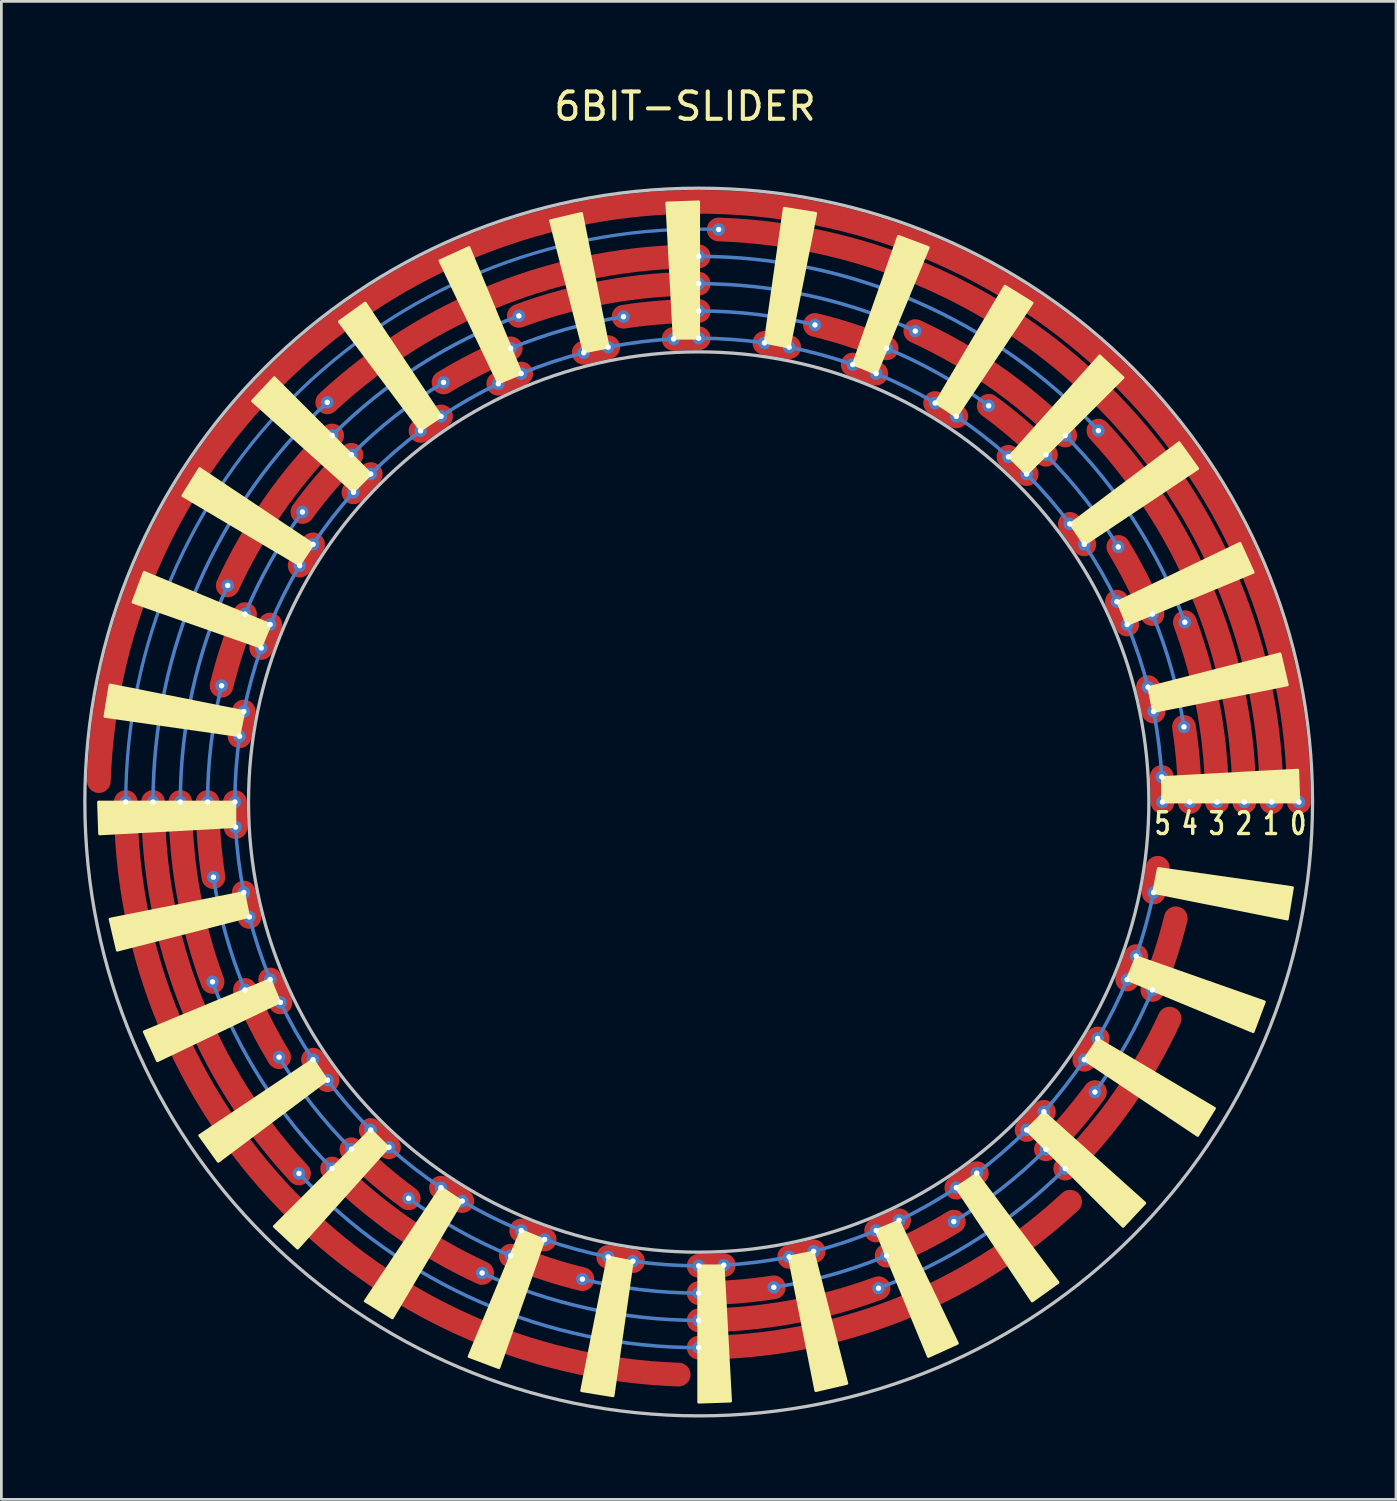
<source format=kicad_pcb>
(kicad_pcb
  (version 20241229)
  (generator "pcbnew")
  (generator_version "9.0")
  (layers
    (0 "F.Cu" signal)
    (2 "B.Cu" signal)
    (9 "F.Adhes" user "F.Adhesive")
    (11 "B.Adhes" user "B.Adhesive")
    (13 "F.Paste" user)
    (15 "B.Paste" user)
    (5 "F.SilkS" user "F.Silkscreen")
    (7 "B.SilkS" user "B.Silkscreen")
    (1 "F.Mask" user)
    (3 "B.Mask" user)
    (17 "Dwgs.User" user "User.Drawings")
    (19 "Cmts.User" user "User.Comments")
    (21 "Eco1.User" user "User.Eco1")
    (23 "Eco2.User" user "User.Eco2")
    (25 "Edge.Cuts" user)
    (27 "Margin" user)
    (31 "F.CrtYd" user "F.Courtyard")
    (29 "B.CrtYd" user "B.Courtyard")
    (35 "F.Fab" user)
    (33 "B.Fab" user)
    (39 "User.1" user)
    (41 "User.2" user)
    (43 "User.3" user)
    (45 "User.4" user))
  (footprint "6BIT-SLIDER"
    (layer "F.Cu")
    (at 22.56 26.348)
    (property "Reference" "6BIT-SLIDER" (at -0.5 -25.5 0) (layer "F.SilkS") (effects (font (size 1 1) (thickness 0.15))))
    (attr exclude_from_pos_files exclude_from_bom)
    (fp_arc (start -21.986598 -0.767789) (mid 0.383953 -21.996649) (end 22 0) (stroke (width 0.87) (type solid)) (layer "F.Cu"))
    (fp_arc (start -17.81989 6.591777) (mid -18.702646 3.34829) (end -19 0) (stroke (width 0.87) (type solid)) (layer "F.Cu"))
    (fp_arc (start -17.788111 2.753745) (mid -17.94695 1.380942) (end -18 0) (stroke (width 0.87) (type solid)) (layer "F.Cu"))
    (fp_arc (start -17.487885 -4.263087) (mid -17.109284 -5.592176) (end -16.629832 -6.888302) (stroke (width 0.87) (type solid)) (layer "F.Cu"))
    (fp_arc (start -17.261656 -7.939474) (mid -15.592367 -10.857169) (end -13.435029 -13.435029) (stroke (width 0.87) (type solid)) (layer "F.Cu"))
    (fp_arc (start -16.975123 0.91934) (mid -16.993779 0.459838) (end -17 0) (stroke (width 0.87) (type solid)) (layer "F.Cu"))
    (fp_arc (start -16.828306 -2.410007) (mid -16.75696 -2.864319) (end -16.67335 -3.316535) (stroke (width 0.87) (type solid)) (layer "F.Cu"))
    (fp_arc (start -16.469597 4.213357) (mid -16.577539 3.766324) (end -16.67335 3.316535) (stroke (width 0.87) (type solid)) (layer "F.Cu"))
    (fp_arc (start -16.034785 -5.646739) (mid -15.876178 -6.078403) (end -15.705952 -6.505618) (stroke (width 0.87) (type solid)) (layer "F.Cu"))
    (fp_arc (start -15.380259 9.351344) (mid -16.052356 8.143825) (end -16.629832 6.888302) (stroke (width 0.87) (type solid)) (layer "F.Cu"))
    (fp_arc (start -15.331153 7.345457) (mid -15.524233 6.928072) (end -15.705952 6.505618) (stroke (width 0.87) (type solid)) (layer "F.Cu"))
    (fp_arc (start -14.650858 13.614417) (mid -18.614741 7.313783) (end -20 0) (stroke (width 0.87) (type solid)) (layer "F.Cu"))
    (fp_arc (start -14.625057 -8.66647) (mid -14.385284 -9.058897) (end -14.134983 -9.444694) (stroke (width 0.87) (type solid)) (layer "F.Cu"))
    (fp_arc (start -14.525286 -10.630902) (mid -13.666884 -11.713936) (end -12.727922 -12.727922) (stroke (width 0.87) (type solid)) (layer "F.Cu"))
    (fp_arc (start -13.614417 -14.650858) (mid -7.313783 -18.614741) (end 0 -20) (stroke (width 0.87) (type solid)) (layer "F.Cu"))
    (fp_arc (start -13.603541 10.195276) (mid -13.874339 9.823579) (end -14.134983 9.444694) (stroke (width 0.87) (type solid)) (layer "F.Cu"))
    (fp_arc (start -12.653296 -11.353153) (mid -12.341571 -11.691262) (end -12.020815 -12.020815) (stroke (width 0.87) (type solid)) (layer "F.Cu"))
    (fp_arc (start -11.353153 12.653296) (mid -11.691262 12.341571) (end -12.020815 12.020815) (stroke (width 0.87) (type solid)) (layer "F.Cu"))
    (fp_arc (start -10.630902 14.525286) (mid -11.713936 13.666884) (end -12.727922 12.727922) (stroke (width 0.87) (type solid)) (layer "F.Cu"))
    (fp_arc (start -10.195276 -13.603541) (mid -9.823579 -13.874339) (end -9.444694 -14.134983) (stroke (width 0.87) (type solid)) (layer "F.Cu"))
    (fp_arc (start -9.351344 -15.380259) (mid -8.143825 -16.052356) (end -6.888302 -16.629832) (stroke (width 0.87) (type solid)) (layer "F.Cu"))
    (fp_arc (start -8.66647 14.625057) (mid -9.058897 14.385284) (end -9.444694 14.134983) (stroke (width 0.87) (type solid)) (layer "F.Cu"))
    (fp_arc (start -7.939474 17.261656) (mid -10.857169 15.592367) (end -13.435029 13.435029) (stroke (width 0.87) (type solid)) (layer "F.Cu"))
    (fp_arc (start -7.345457 -15.331153) (mid -6.928072 -15.524233) (end -6.505618 -15.705952) (stroke (width 0.87) (type solid)) (layer "F.Cu"))
    (fp_arc (start -6.591777 -17.81989) (mid -3.34829 -18.702646) (end 0 -19) (stroke (width 0.87) (type solid)) (layer "F.Cu"))
    (fp_arc (start -5.646739 16.034785) (mid -6.078403 15.876178) (end -6.505618 15.705952) (stroke (width 0.87) (type solid)) (layer "F.Cu"))
    (fp_arc (start -4.263087 17.487885) (mid -5.592176 17.109284) (end -6.888302 16.629832) (stroke (width 0.87) (type solid)) (layer "F.Cu"))
    (fp_arc (start -4.213357 -16.469597) (mid -3.766324 -16.577539) (end -3.316535 -16.67335) (stroke (width 0.87) (type solid)) (layer "F.Cu"))
    (fp_arc (start -2.753745 -17.788111) (mid -1.380942 -17.94695) (end 0 -18) (stroke (width 0.87) (type solid)) (layer "F.Cu"))
    (fp_arc (start -2.410007 16.828306) (mid -2.864319 16.75696) (end -3.316535 16.67335) (stroke (width 0.87) (type solid)) (layer "F.Cu"))
    (fp_arc (start -0.91934 -16.975123) (mid -0.459838 -16.993779) (end 0 -17) (stroke (width 0.87) (type solid)) (layer "F.Cu"))
    (fp_arc (start -0.732889 20.987207) (mid -15.106135 14.587826) (end -21 0) (stroke (width 0.87) (type solid)) (layer "F.Cu"))
    (fp_arc (start 0.732889 -20.987207) (mid 15.106135 -14.587826) (end 21 0) (stroke (width 0.87) (type solid)) (layer "F.Cu"))
    (fp_arc (start 0.91934 16.975123) (mid 0.459838 16.993779) (end 0 17) (stroke (width 0.87) (type solid)) (layer "F.Cu"))
    (fp_arc (start 2.410007 -16.828306) (mid 2.864319 -16.75696) (end 3.316535 -16.67335) (stroke (width 0.87) (type solid)) (layer "F.Cu"))
    (fp_arc (start 2.753745 17.788111) (mid 1.380942 17.94695) (end 0 18) (stroke (width 0.87) (type solid)) (layer "F.Cu"))
    (fp_arc (start 4.213357 16.469597) (mid 3.766324 16.577539) (end 3.316535 16.67335) (stroke (width 0.87) (type solid)) (layer "F.Cu"))
    (fp_arc (start 4.263087 -17.487885) (mid 5.592176 -17.109284) (end 6.888302 -16.629832) (stroke (width 0.87) (type solid)) (layer "F.Cu"))
    (fp_arc (start 5.646739 -16.034785) (mid 6.078403 -15.876178) (end 6.505618 -15.705952) (stroke (width 0.87) (type solid)) (layer "F.Cu"))
    (fp_arc (start 6.591777 17.81989) (mid 3.34829 18.702646) (end 0 19) (stroke (width 0.87) (type solid)) (layer "F.Cu"))
    (fp_arc (start 7.345457 15.331153) (mid 6.928072 15.524233) (end 6.505618 15.705952) (stroke (width 0.87) (type solid)) (layer "F.Cu"))
    (fp_arc (start 7.939474 -17.261656) (mid 10.857169 -15.592367) (end 13.435029 -13.435029) (stroke (width 0.87) (type solid)) (layer "F.Cu"))
    (fp_arc (start 8.66647 -14.625057) (mid 9.058897 -14.385284) (end 9.444694 -14.134983) (stroke (width 0.87) (type solid)) (layer "F.Cu"))
    (fp_arc (start 9.351344 15.380259) (mid 8.143825 16.052356) (end 6.888302 16.629832) (stroke (width 0.87) (type solid)) (layer "F.Cu"))
    (fp_arc (start 10.195276 13.603541) (mid 9.823579 13.874339) (end 9.444694 14.134983) (stroke (width 0.87) (type solid)) (layer "F.Cu"))
    (fp_arc (start 10.630902 -14.525286) (mid 11.713936 -13.666884) (end 12.727922 -12.727922) (stroke (width 0.87) (type solid)) (layer "F.Cu"))
    (fp_arc (start 11.353153 -12.653296) (mid 11.691262 -12.341571) (end 12.020815 -12.020815) (stroke (width 0.87) (type solid)) (layer "F.Cu"))
    (fp_arc (start 12.653296 11.353153) (mid 12.341571 11.691262) (end 12.020815 12.020815) (stroke (width 0.87) (type solid)) (layer "F.Cu"))
    (fp_arc (start 13.603541 -10.195276) (mid 13.874339 -9.823579) (end 14.134983 -9.444694) (stroke (width 0.87) (type solid)) (layer "F.Cu"))
    (fp_arc (start 13.614417 14.650858) (mid 7.313783 18.614741) (end 0 20) (stroke (width 0.87) (type solid)) (layer "F.Cu"))
    (fp_arc (start 14.525286 10.630902) (mid 13.666884 11.713936) (end 12.727922 12.727922) (stroke (width 0.87) (type solid)) (layer "F.Cu"))
    (fp_arc (start 14.625057 8.66647) (mid 14.385284 9.058897) (end 14.134983 9.444694) (stroke (width 0.87) (type solid)) (layer "F.Cu"))
    (fp_arc (start 14.650858 -13.614417) (mid 18.614741 -7.313783) (end 20 0) (stroke (width 0.87) (type solid)) (layer "F.Cu"))
    (fp_arc (start 15.331153 -7.345457) (mid 15.524233 -6.928072) (end 15.705952 -6.505618) (stroke (width 0.87) (type solid)) (layer "F.Cu"))
    (fp_arc (start 15.380259 -9.351344) (mid 16.052356 -8.143825) (end 16.629832 -6.888302) (stroke (width 0.87) (type solid)) (layer "F.Cu"))
    (fp_arc (start 16.034785 5.646739) (mid 15.876178 6.078403) (end 15.705952 6.505618) (stroke (width 0.87) (type solid)) (layer "F.Cu"))
    (fp_arc (start 16.469597 -4.213357) (mid 16.577539 -3.766324) (end 16.67335 -3.316535) (stroke (width 0.87) (type solid)) (layer "F.Cu"))
    (fp_arc (start 16.828306 2.410007) (mid 16.75696 2.864319) (end 16.67335 3.316535) (stroke (width 0.87) (type solid)) (layer "F.Cu"))
    (fp_arc (start 16.975123 -0.91934) (mid 16.993779 -0.459838) (end 17 0) (stroke (width 0.87) (type solid)) (layer "F.Cu"))
    (fp_arc (start 17.261656 7.939474) (mid 15.592367 10.857169) (end 13.435029 13.435029) (stroke (width 0.87) (type solid)) (layer "F.Cu"))
    (fp_arc (start 17.487885 4.263087) (mid 17.109284 5.592176) (end 16.629832 6.888302) (stroke (width 0.87) (type solid)) (layer "F.Cu"))
    (fp_arc (start 17.788111 -2.753745) (mid 17.94695 -1.380942) (end 18 0) (stroke (width 0.87) (type solid)) (layer "F.Cu"))
    (fp_arc (start 17.81989 -6.591777) (mid 18.702646 -3.34829) (end 19 0) (stroke (width 0.87) (type solid)) (layer "F.Cu"))
    (fp_arc (start -21 0) (mid -14.587826 -15.106136) (end 0.732889 -20.987207) (stroke (width 0.12) (type solid)) (layer "B.Cu"))
    (fp_arc (start -20 0) (mid -18.334235 -7.990984) (end -13.614417 -14.650858) (stroke (width 0.13) (type solid)) (layer "B.Cu"))
    (fp_arc (start -19 -0.000001) (mid -18.560326 -4.063777) (end -17.261655 -7.939475) (stroke (width 0.13) (type solid)) (layer "B.Cu"))
    (fp_arc (start -18 0) (mid -17.871512 -2.146868) (end -17.487884 -4.263087) (stroke (width 0.13) (type solid)) (layer "B.Cu"))
    (fp_arc (start -16.999993 -0.014835) (mid -16.956493 -1.215456) (end -16.828305 -2.410007) (stroke (width 0.13) (type solid)) (layer "B.Cu"))
    (fp_arc (start -16.676237 3.301984) (mid -16.867802 2.115946) (end -16.975123 0.91934) (stroke (width 0.13) (type solid)) (layer "B.Cu"))
    (fp_arc (start -16.670449 -3.331084) (mid -16.393555 -4.500149) (end -16.034785 -5.646739) (stroke (width 0.13) (type solid)) (layer "B.Cu"))
    (fp_arc (start -16.629832 -6.888302) (mid -15.689554 -8.822579) (end -14.525286 -10.630902) (stroke (width 0.13) (type solid)) (layer "B.Cu"))
    (fp_arc (start -16.629832 6.888302) (mid -17.332696 4.855684) (end -17.788111 2.753745) (stroke (width 0.13) (type solid)) (layer "B.Cu"))
    (fp_arc (start -15.711622 6.491909) (mid -16.130891 5.366033) (end -16.469596 4.213357) (stroke (width 0.13) (type solid)) (layer "B.Cu"))
    (fp_arc (start -15.700269 -6.519322) (mid -15.200622 -7.611905) (end -14.625057 -8.66647) (stroke (width 0.13) (type solid)) (layer "B.Cu"))
    (fp_arc (start -14.14322 9.432356) (mid -14.77408 8.409908) (end -15.331153 7.345458) (stroke (width 0.13) (type solid)) (layer "B.Cu"))
    (fp_arc (start -14.126736 -9.457025) (mid -13.423537 -10.431138) (end -12.653296 -11.353153) (stroke (width 0.13) (type solid)) (layer "B.Cu"))
    (fp_arc (start -13.435029 -13.435029) (mid -10.250609 -15.997657) (end -6.591777 -17.81989) (stroke (width 0.13) (type solid)) (layer "B.Cu"))
    (fp_arc (start -13.435029 13.435029) (mid -15.997657 10.250609) (end -17.81989 6.591777) (stroke (width 0.13) (type solid)) (layer "B.Cu"))
    (fp_arc (start -12.727922 -12.727922) (mid -11.119003 -14.155133) (end -9.351344 -15.380259) (stroke (width 0.13) (type solid)) (layer "B.Cu"))
    (fp_arc (start -12.727922 12.727922) (mid -14.155133 11.119003) (end -15.380259 9.351344) (stroke (width 0.13) (type solid)) (layer "B.Cu"))
    (fp_arc (start -12.0313 12.01032) (mid -12.849508 11.130593) (end -13.603541 10.195276) (stroke (width 0.13) (type solid)) (layer "B.Cu"))
    (fp_arc (start -12.01032 -12.0313) (mid -11.130593 -12.849508) (end -10.195276 -13.603541) (stroke (width 0.13) (type solid)) (layer "B.Cu"))
    (fp_arc (start -9.457025 14.126736) (mid -10.431138 13.423537) (end -11.353153 12.653296) (stroke (width 0.13) (type solid)) (layer "B.Cu"))
    (fp_arc (start -9.432356 -14.14322) (mid -8.409908 -14.77408) (end -7.345458 -15.331153) (stroke (width 0.13) (type solid)) (layer "B.Cu"))
    (fp_arc (start -6.888302 -16.629832) (mid -4.855684 -17.332696) (end -2.753745 -17.788111) (stroke (width 0.13) (type solid)) (layer "B.Cu"))
    (fp_arc (start -6.888302 16.629832) (mid -8.822579 15.689554) (end -10.630902 14.525286) (stroke (width 0.13) (type solid)) (layer "B.Cu"))
    (fp_arc (start -6.519322 15.700269) (mid -7.611905 15.200622) (end -8.66647 14.625057) (stroke (width 0.13) (type solid)) (layer "B.Cu"))
    (fp_arc (start -6.491909 -15.711622) (mid -5.366033 -16.130891) (end -4.213357 -16.469596) (stroke (width 0.13) (type solid)) (layer "B.Cu"))
    (fp_arc (start -3.331084 16.670449) (mid -4.500149 16.393555) (end -5.646739 16.034785) (stroke (width 0.13) (type solid)) (layer "B.Cu"))
    (fp_arc (start -3.301984 -16.676237) (mid -2.115946 -16.867802) (end -0.91934 -16.975123) (stroke (width 0.13) (type solid)) (layer "B.Cu"))
    (fp_arc (start -0.014835 16.999993) (mid -1.215456 16.956493) (end -2.410007 16.828305) (stroke (width 0.13) (type solid)) (layer "B.Cu"))
    (fp_arc (start -0.000001 19) (mid -4.063777 18.560326) (end -7.939475 17.261655) (stroke (width 0.13) (type solid)) (layer "B.Cu"))
    (fp_arc (start 0 -20) (mid 7.990984 -18.334235) (end 14.650858 -13.614417) (stroke (width 0.13) (type solid)) (layer "B.Cu"))
    (fp_arc (start 0 -18) (mid 2.146868 -17.871512) (end 4.263087 -17.487884) (stroke (width 0.13) (type solid)) (layer "B.Cu"))
    (fp_arc (start 0 18) (mid -2.146868 17.871512) (end -4.263087 17.487884) (stroke (width 0.13) (type solid)) (layer "B.Cu"))
    (fp_arc (start 0 20) (mid -7.990984 18.334235) (end -14.650858 13.614417) (stroke (width 0.13) (type solid)) (layer "B.Cu"))
    (fp_arc (start 0.000001 -19) (mid 4.063777 -18.560326) (end 7.939475 -17.261655) (stroke (width 0.13) (type solid)) (layer "B.Cu"))
    (fp_arc (start 0.014835 -16.999993) (mid 1.215456 -16.956493) (end 2.410007 -16.828305) (stroke (width 0.13) (type solid)) (layer "B.Cu"))
    (fp_arc (start 3.301984 16.676237) (mid 2.115946 16.867802) (end 0.91934 16.975123) (stroke (width 0.13) (type solid)) (layer "B.Cu"))
    (fp_arc (start 3.331084 -16.670449) (mid 4.500149 -16.393555) (end 5.646739 -16.034785) (stroke (width 0.13) (type solid)) (layer "B.Cu"))
    (fp_arc (start 6.491909 15.711622) (mid 5.366033 16.130891) (end 4.213357 16.469596) (stroke (width 0.13) (type solid)) (layer "B.Cu"))
    (fp_arc (start 6.519322 -15.700269) (mid 7.611905 -15.200622) (end 8.66647 -14.625057) (stroke (width 0.13) (type solid)) (layer "B.Cu"))
    (fp_arc (start 6.888302 -16.629832) (mid 8.822579 -15.689554) (end 10.630902 -14.525286) (stroke (width 0.13) (type solid)) (layer "B.Cu"))
    (fp_arc (start 6.888302 16.629832) (mid 4.855684 17.332696) (end 2.753745 17.788111) (stroke (width 0.13) (type solid)) (layer "B.Cu"))
    (fp_arc (start 9.432356 14.14322) (mid 8.409908 14.77408) (end 7.345458 15.331153) (stroke (width 0.13) (type solid)) (layer "B.Cu"))
    (fp_arc (start 9.457025 -14.126736) (mid 10.431138 -13.423537) (end 11.353153 -12.653296) (stroke (width 0.13) (type solid)) (layer "B.Cu"))
    (fp_arc (start 12.01032 12.0313) (mid 11.130593 12.849508) (end 10.195276 13.603541) (stroke (width 0.13) (type solid)) (layer "B.Cu"))
    (fp_arc (start 12.0313 -12.01032) (mid 12.849508 -11.130593) (end 13.603541 -10.195276) (stroke (width 0.13) (type solid)) (layer "B.Cu"))
    (fp_arc (start 12.727922 -12.727922) (mid 14.155133 -11.119003) (end 15.380259 -9.351344) (stroke (width 0.13) (type solid)) (layer "B.Cu"))
    (fp_arc (start 12.727922 12.727922) (mid 11.119003 14.155133) (end 9.351344 15.380259) (stroke (width 0.13) (type solid)) (layer "B.Cu"))
    (fp_arc (start 13.435029 -13.435029) (mid 15.997657 -10.250609) (end 17.81989 -6.591777) (stroke (width 0.13) (type solid)) (layer "B.Cu"))
    (fp_arc (start 13.435029 13.435029) (mid 10.250609 15.997657) (end 6.591777 17.81989) (stroke (width 0.13) (type solid)) (layer "B.Cu"))
    (fp_arc (start 14.126736 9.457025) (mid 13.423537 10.431138) (end 12.653296 11.353153) (stroke (width 0.13) (type solid)) (layer "B.Cu"))
    (fp_arc (start 14.14322 -9.432356) (mid 14.77408 -8.409908) (end 15.331153 -7.345458) (stroke (width 0.13) (type solid)) (layer "B.Cu"))
    (fp_arc (start 15.700269 6.519322) (mid 15.200622 7.611905) (end 14.625057 8.66647) (stroke (width 0.13) (type solid)) (layer "B.Cu"))
    (fp_arc (start 15.711622 -6.491909) (mid 16.130891 -5.366033) (end 16.469596 -4.213357) (stroke (width 0.13) (type solid)) (layer "B.Cu"))
    (fp_arc (start 16.629832 -6.888302) (mid 17.332696 -4.855684) (end 17.788111 -2.753745) (stroke (width 0.13) (type solid)) (layer "B.Cu"))
    (fp_arc (start 16.629832 6.888302) (mid 15.689554 8.822579) (end 14.525286 10.630902) (stroke (width 0.13) (type solid)) (layer "B.Cu"))
    (fp_arc (start 16.670449 3.331084) (mid 16.393555 4.500149) (end 16.034785 5.646739) (stroke (width 0.13) (type solid)) (layer "B.Cu"))
    (fp_arc (start 16.676237 -3.301984) (mid 16.867802 -2.115946) (end 16.975123 -0.91934) (stroke (width 0.13) (type solid)) (layer "B.Cu"))
    (fp_poly (pts (xy -22 0) (xy -17 0) (xy -17 0.9) (xy -21.96 1.17)) (stroke (width 0.1) (type solid)) (fill yes) (layer "F.SilkS"))
    (fp_poly (pts (xy -21.577 -4.292) (xy -16.673 -3.317) (xy -16.849 -2.434) (xy -21.766 -3.137)) (stroke (width 0.1) (type solid)) (fill yes) (layer "F.SilkS"))
    (fp_poly (pts (xy -21.577 4.292) (xy -16.673 3.317) (xy -16.498 4.199) (xy -21.31 5.432)) (stroke (width 0.1) (type solid)) (fill yes) (layer "F.SilkS"))
    (fp_poly (pts (xy -20.325 -8.419) (xy -15.706 -6.506) (xy -16.05 -5.674) (xy -20.736 -7.323)) (stroke (width 0.1) (type solid)) (fill yes) (layer "F.SilkS"))
    (fp_poly (pts (xy -20.325 8.419) (xy -15.706 6.506) (xy -15.362 7.337) (xy -19.841 9.485)) (stroke (width 0.1) (type solid)) (fill yes) (layer "F.SilkS"))
    (fp_poly (pts (xy -18.292 -12.223) (xy -14.135 -9.445) (xy -14.635 -8.696) (xy -18.909 -11.228)) (stroke (width 0.1) (type solid)) (fill yes) (layer "F.SilkS"))
    (fp_poly (pts (xy -18.292 12.223) (xy -14.135 9.445) (xy -13.635 10.193) (xy -17.609 13.173)) (stroke (width 0.1) (type solid)) (fill yes) (layer "F.SilkS"))
    (fp_poly (pts (xy -15.556 -15.556) (xy -12.021 -12.021) (xy -12.657 -11.384) (xy -16.355 -14.701)) (stroke (width 0.1) (type solid)) (fill yes) (layer "F.SilkS"))
    (fp_poly (pts (xy -15.556 15.556) (xy -12.021 12.021) (xy -11.384 12.657) (xy -14.701 16.355)) (stroke (width 0.1) (type solid)) (fill yes) (layer "F.SilkS"))
    (fp_poly (pts (xy -12.223 -18.292) (xy -9.445 -14.135) (xy -10.193 -13.635) (xy -13.173 -17.609)) (stroke (width 0.1) (type solid)) (fill yes) (layer "F.SilkS"))
    (fp_poly (pts (xy -12.223 18.292) (xy -9.445 14.135) (xy -8.696 14.635) (xy -11.228 18.909)) (stroke (width 0.1) (type solid)) (fill yes) (layer "F.SilkS"))
    (fp_poly (pts (xy -8.419 -20.325) (xy -6.506 -15.706) (xy -7.337 -15.362) (xy -9.485 -19.841)) (stroke (width 0.1) (type solid)) (fill yes) (layer "F.SilkS"))
    (fp_poly (pts (xy -8.419 20.325) (xy -6.506 15.706) (xy -5.674 16.05) (xy -7.323 20.736)) (stroke (width 0.1) (type solid)) (fill yes) (layer "F.SilkS"))
    (fp_poly (pts (xy -4.292 -21.577) (xy -3.317 -16.673) (xy -4.199 -16.498) (xy -5.432 -21.31)) (stroke (width 0.1) (type solid)) (fill yes) (layer "F.SilkS"))
    (fp_poly (pts (xy -4.292 21.577) (xy -3.317 16.673) (xy -2.434 16.849) (xy -3.137 21.766)) (stroke (width 0.1) (type solid)) (fill yes) (layer "F.SilkS"))
    (fp_poly (pts (xy 0 -22) (xy 0 -17) (xy -0.9 -17) (xy -1.17 -21.96)) (stroke (width 0.1) (type solid)) (fill yes) (layer "F.SilkS"))
    (fp_poly (pts (xy 0 22) (xy 0 17) (xy 0.9 17) (xy 1.17 21.96)) (stroke (width 0.1) (type solid)) (fill yes) (layer "F.SilkS"))
    (fp_poly (pts (xy 4.292 -21.577) (xy 3.317 -16.673) (xy 2.434 -16.849) (xy 3.137 -21.766)) (stroke (width 0.1) (type solid)) (fill yes) (layer "F.SilkS"))
    (fp_poly (pts (xy 4.292 21.577) (xy 3.317 16.673) (xy 4.199 16.498) (xy 5.432 21.31)) (stroke (width 0.1) (type solid)) (fill yes) (layer "F.SilkS"))
    (fp_poly (pts (xy 8.419 -20.325) (xy 6.506 -15.706) (xy 5.674 -16.05) (xy 7.323 -20.736)) (stroke (width 0.1) (type solid)) (fill yes) (layer "F.SilkS"))
    (fp_poly (pts (xy 8.419 20.325) (xy 6.506 15.706) (xy 7.337 15.362) (xy 9.485 19.841)) (stroke (width 0.1) (type solid)) (fill yes) (layer "F.SilkS"))
    (fp_poly (pts (xy 12.223 -18.292) (xy 9.445 -14.135) (xy 8.696 -14.635) (xy 11.228 -18.909)) (stroke (width 0.1) (type solid)) (fill yes) (layer "F.SilkS"))
    (fp_poly (pts (xy 12.223 18.292) (xy 9.445 14.135) (xy 10.193 13.635) (xy 13.173 17.609)) (stroke (width 0.1) (type solid)) (fill yes) (layer "F.SilkS"))
    (fp_poly (pts (xy 15.556 -15.556) (xy 12.021 -12.021) (xy 11.384 -12.657) (xy 14.701 -16.355)) (stroke (width 0.1) (type solid)) (fill yes) (layer "F.SilkS"))
    (fp_poly (pts (xy 15.556 15.556) (xy 12.021 12.021) (xy 12.657 11.384) (xy 16.355 14.701)) (stroke (width 0.1) (type solid)) (fill yes) (layer "F.SilkS"))
    (fp_poly (pts (xy 18.292 -12.223) (xy 14.135 -9.445) (xy 13.635 -10.193) (xy 17.609 -13.173)) (stroke (width 0.1) (type solid)) (fill yes) (layer "F.SilkS"))
    (fp_poly (pts (xy 18.292 12.223) (xy 14.135 9.445) (xy 14.635 8.696) (xy 18.909 11.228)) (stroke (width 0.1) (type solid)) (fill yes) (layer "F.SilkS"))
    (fp_poly (pts (xy 20.325 -8.419) (xy 15.706 -6.506) (xy 15.362 -7.337) (xy 19.841 -9.485)) (stroke (width 0.1) (type solid)) (fill yes) (layer "F.SilkS"))
    (fp_poly (pts (xy 20.325 8.419) (xy 15.706 6.506) (xy 16.05 5.674) (xy 20.736 7.323)) (stroke (width 0.1) (type solid)) (fill yes) (layer "F.SilkS"))
    (fp_poly (pts (xy 21.577 -4.292) (xy 16.673 -3.317) (xy 16.498 -4.199) (xy 21.31 -5.432)) (stroke (width 0.1) (type solid)) (fill yes) (layer "F.SilkS"))
    (fp_poly (pts (xy 21.577 4.292) (xy 16.673 3.317) (xy 16.849 2.434) (xy 21.766 3.137)) (stroke (width 0.1) (type solid)) (fill yes) (layer "F.SilkS"))
    (fp_poly (pts (xy 22 0) (xy 17 0) (xy 17 -0.9) (xy 21.96 -1.17)) (stroke (width 0.1) (type solid)) (fill yes) (layer "F.SilkS"))
    (fp_circle (center 0 0) (end 16.5 0) (stroke (width 0.12) (type solid)) (fill no) (layer "Dwgs.User"))
    (fp_circle (center 0 0) (end 22.5 0) (stroke (width 0.12) (type solid)) (fill no) (layer "Dwgs.User"))
    (fp_text user "5 4 3 2 1 0" (at 19.49 0.79 0) (layer "F.SilkS") (effects (font (size 0.8 0.58) (thickness 0.125))))
    (pad "0" thru_hole circle (at 22 0 180) (size 0.46 0.46) (drill 0.2) (layers "*.Cu" "*.Mask"))
    (pad "1" thru_hole circle (at 21 0 180) (size 0.46 0.46) (drill 0.2) (layers "*.Cu" "*.Mask"))
    (pad "2" thru_hole circle (at 20 0 180) (size 0.46 0.46) (drill 0.2) (layers "*.Cu" "*.Mask"))
    (pad "3" thru_hole circle (at 17.82 -6.592 180) (size 0.46 0.46) (drill 0.2) (layers "*.Cu" "*.Mask"))
    (pad "4" thru_hole circle (at 16.63 -6.888 202.5) (size 0.46 0.46) (drill 0.2) (layers "*.Cu" "*.Mask"))
    (pad "5" thru_hole circle (at 15.706 -6.506 202.5) (size 0.46 0.46) (drill 0.2) (layers "*.Cu" "*.Mask"))
    (pad "~1" thru_hole circle (at -21 0) (size 0.46 0.46) (drill 0.2) (layers "*.Cu" "*.Mask"))
    (pad "~1" thru_hole circle (at 0.733 -20.987 180) (size 0.46 0.46) (drill 0.2) (layers "*.Cu" "*.Mask"))
    (pad "~2" thru_hole circle (at -20 0) (size 0.46 0.46) (drill 0.2) (layers "*.Cu" "*.Mask"))
    (pad "~2" thru_hole circle (at -14.651 13.614) (size 0.46 0.46) (drill 0.2) (layers "*.Cu" "*.Mask"))
    (pad "~2" thru_hole circle (at -13.614 -14.651 270) (size 0.46 0.46) (drill 0.2) (layers "*.Cu" "*.Mask"))
    (pad "~2" thru_hole circle (at 0 -20 270) (size 0.46 0.46) (drill 0.2) (layers "*.Cu" "*.Mask"))
    (pad "~2" thru_hole circle (at 0 20 90) (size 0.46 0.46) (drill 0.2) (layers "*.Cu" "*.Mask"))
    (pad "~2" thru_hole circle (at 14.651 -13.614 180) (size 0.46 0.46) (drill 0.2) (layers "*.Cu" "*.Mask"))
    (pad "~3" thru_hole circle (at -19 0) (size 0.46 0.46) (drill 0.2) (layers "*.Cu" "*.Mask"))
    (pad "~3" thru_hole circle (at -17.82 6.592) (size 0.46 0.46) (drill 0.2) (layers "*.Cu" "*.Mask"))
    (pad "~3" thru_hole circle (at -17.262 -7.939 315) (size 0.46 0.46) (drill 0.2) (layers "*.Cu" "*.Mask"))
    (pad "~3" thru_hole circle (at -13.435 -13.435 315) (size 0.46 0.46) (drill 0.2) (layers "*.Cu" "*.Mask"))
    (pad "~3" thru_hole circle (at -13.435 13.435 45) (size 0.46 0.46) (drill 0.2) (layers "*.Cu" "*.Mask"))
    (pad "~3" thru_hole circle (at -7.939 17.262 45) (size 0.46 0.46) (drill 0.2) (layers "*.Cu" "*.Mask"))
    (pad "~3" thru_hole circle (at -6.592 -17.82 270) (size 0.46 0.46) (drill 0.2) (layers "*.Cu" "*.Mask"))
    (pad "~3" thru_hole circle (at 0 -19 270) (size 0.46 0.46) (drill 0.2) (layers "*.Cu" "*.Mask"))
    (pad "~3" thru_hole circle (at 0 19 90) (size 0.46 0.46) (drill 0.2) (layers "*.Cu" "*.Mask"))
    (pad "~3" thru_hole circle (at 6.592 17.82 90) (size 0.46 0.46) (drill 0.2) (layers "*.Cu" "*.Mask"))
    (pad "~3" thru_hole circle (at 7.939 -17.262 225) (size 0.46 0.46) (drill 0.2) (layers "*.Cu" "*.Mask"))
    (pad "~3" thru_hole circle (at 13.435 -13.435 225) (size 0.46 0.46) (drill 0.2) (layers "*.Cu" "*.Mask"))
    (pad "~3" thru_hole circle (at 13.435 13.435 135) (size 0.46 0.46) (drill 0.2) (layers "*.Cu" "*.Mask"))
    (pad "~3" thru_hole circle (at 19 0 180) (size 0.46 0.46) (drill 0.2) (layers "*.Cu" "*.Mask"))
    (pad "~4" thru_hole circle (at -18 0) (size 0.46 0.46) (drill 0.2) (layers "*.Cu" "*.Mask"))
    (pad "~4" thru_hole circle (at -17.788 2.754) (size 0.46 0.46) (drill 0.2) (layers "*.Cu" "*.Mask"))
    (pad "~4" thru_hole circle (at -17.488 -4.263 337.5) (size 0.46 0.46) (drill 0.2) (layers "*.Cu" "*.Mask"))
    (pad "~4" thru_hole circle (at -16.63 -6.888 67.5) (size 0.46 0.46) (drill 0.2) (layers "*.Cu" "*.Mask"))
    (pad "~4" thru_hole circle (at -16.63 6.888 22.5) (size 0.46 0.46) (drill 0.2) (layers "*.Cu" "*.Mask"))
    (pad "~4" thru_hole circle (at -15.38 9.351 22.5) (size 0.46 0.46) (drill 0.2) (layers "*.Cu" "*.Mask"))
    (pad "~4" thru_hole circle (at -14.525 -10.631 315) (size 0.46 0.46) (drill 0.2) (layers "*.Cu" "*.Mask"))
    (pad "~4" thru_hole circle (at -12.728 -12.728 315) (size 0.46 0.46) (drill 0.2) (layers "*.Cu" "*.Mask"))
    (pad "~4" thru_hole circle (at -12.728 12.728 45) (size 0.46 0.46) (drill 0.2) (layers "*.Cu" "*.Mask"))
    (pad "~4" thru_hole circle (at -10.631 14.525 45) (size 0.46 0.46) (drill 0.2) (layers "*.Cu" "*.Mask"))
    (pad "~4" thru_hole circle (at -9.351 -15.38 292.5) (size 0.46 0.46) (drill 0.2) (layers "*.Cu" "*.Mask"))
    (pad "~4" thru_hole circle (at -6.888 -16.63 292.5) (size 0.46 0.46) (drill 0.2) (layers "*.Cu" "*.Mask"))
    (pad "~4" thru_hole circle (at -6.888 16.63 67.5) (size 0.46 0.46) (drill 0.2) (layers "*.Cu" "*.Mask"))
    (pad "~4" thru_hole circle (at -4.263 17.488 67.5) (size 0.46 0.46) (drill 0.2) (layers "*.Cu" "*.Mask"))
    (pad "~4" thru_hole circle (at -2.754 -17.788 270) (size 0.46 0.46) (drill 0.2) (layers "*.Cu" "*.Mask"))
    (pad "~4" thru_hole circle (at 0 -18 270) (size 0.46 0.46) (drill 0.2) (layers "*.Cu" "*.Mask"))
    (pad "~4" thru_hole circle (at 0 18 90) (size 0.46 0.46) (drill 0.2) (layers "*.Cu" "*.Mask"))
    (pad "~4" thru_hole circle (at 2.754 17.788 90) (size 0.46 0.46) (drill 0.2) (layers "*.Cu" "*.Mask"))
    (pad "~4" thru_hole circle (at 4.263 -17.488 247.5) (size 0.46 0.46) (drill 0.2) (layers "*.Cu" "*.Mask"))
    (pad "~4" thru_hole circle (at 6.888 -16.63 247.5) (size 0.46 0.46) (drill 0.2) (layers "*.Cu" "*.Mask"))
    (pad "~4" thru_hole circle (at 6.888 16.63 112.5) (size 0.46 0.46) (drill 0.2) (layers "*.Cu" "*.Mask"))
    (pad "~4" thru_hole circle (at 9.351 15.38 112.5) (size 0.46 0.46) (drill 0.2) (layers "*.Cu" "*.Mask"))
    (pad "~4" thru_hole circle (at 10.631 -14.525 225) (size 0.46 0.46) (drill 0.2) (layers "*.Cu" "*.Mask"))
    (pad "~4" thru_hole circle (at 12.728 -12.728 225) (size 0.46 0.46) (drill 0.2) (layers "*.Cu" "*.Mask"))
    (pad "~4" thru_hole circle (at 12.728 12.728 135) (size 0.46 0.46) (drill 0.2) (layers "*.Cu" "*.Mask"))
    (pad "~4" thru_hole circle (at 14.525 10.631 135) (size 0.46 0.46) (drill 0.2) (layers "*.Cu" "*.Mask"))
    (pad "~4" thru_hole circle (at 15.38 -9.351 202.5) (size 0.46 0.46) (drill 0.2) (layers "*.Cu" "*.Mask"))
    (pad "~4" thru_hole circle (at 16.63 6.888 157.5) (size 0.46 0.46) (drill 0.2) (layers "*.Cu" "*.Mask"))
    (pad "~4" thru_hole circle (at 17.788 -2.754 180) (size 0.46 0.46) (drill 0.2) (layers "*.Cu" "*.Mask"))
    (pad "~4" thru_hole circle (at 18 0 180) (size 0.46 0.46) (drill 0.2) (layers "*.Cu" "*.Mask"))
    (pad "~5" thru_hole circle (at -17 0 90) (size 0.46 0.46) (drill 0.2) (layers "*.Cu" "*.Mask"))
    (pad "~5" thru_hole circle (at -16.975 0.919) (size 0.46 0.46) (drill 0.2) (layers "*.Cu" "*.Mask"))
    (pad "~5" thru_hole circle (at -16.828 -2.41 348.8) (size 0.46 0.46) (drill 0.2) (layers "*.Cu" "*.Mask"))
    (pad "~5" thru_hole circle (at -16.673 -3.317 348.8) (size 0.46 0.46) (drill 0.2) (layers "*.Cu" "*.Mask"))
    (pad "~5" thru_hole circle (at -16.673 3.317 11.2) (size 0.46 0.46) (drill 0.2) (layers "*.Cu" "*.Mask"))
    (pad "~5" thru_hole circle (at -16.47 4.213 101.2) (size 0.46 0.46) (drill 0.2) (layers "*.Cu" "*.Mask"))
    (pad "~5" thru_hole circle (at -16.035 -5.647 337.5) (size 0.46 0.46) (drill 0.2) (layers "*.Cu" "*.Mask"))
    (pad "~5" thru_hole circle (at -15.706 -6.506 337.5) (size 0.46 0.46) (drill 0.2) (layers "*.Cu" "*.Mask"))
    (pad "~5" thru_hole circle (at -15.706 6.506 112.5) (size 0.46 0.46) (drill 0.2) (layers "*.Cu" "*.Mask"))
    (pad "~5" thru_hole circle (at -15.331 7.345 22.5) (size 0.46 0.46) (drill 0.2) (layers "*.Cu" "*.Mask"))
    (pad "~5" thru_hole circle (at -14.625 -8.666 326.3) (size 0.46 0.46) (drill 0.2) (layers "*.Cu" "*.Mask"))
    (pad "~5" thru_hole circle (at -14.135 -9.445 326.3) (size 0.46 0.46) (drill 0.2) (layers "*.Cu" "*.Mask"))
    (pad "~5" thru_hole circle (at -14.135 9.445 33.7) (size 0.46 0.46) (drill 0.2) (layers "*.Cu" "*.Mask"))
    (pad "~5" thru_hole circle (at -13.604 10.195 33.7) (size 0.46 0.46) (drill 0.2) (layers "*.Cu" "*.Mask"))
    (pad "~5" thru_hole circle (at -12.653 -11.353 315) (size 0.46 0.46) (drill 0.2) (layers "*.Cu" "*.Mask"))
    (pad "~5" thru_hole circle (at -12.021 -12.021 315) (size 0.46 0.46) (drill 0.2) (layers "*.Cu" "*.Mask"))
    (pad "~5" thru_hole circle (at -12.021 12.021 225) (size 0.46 0.46) (drill 0.2) (layers "*.Cu" "*.Mask"))
    (pad "~5" thru_hole circle (at -11.353 12.653 135) (size 0.46 0.46) (drill 0.2) (layers "*.Cu" "*.Mask"))
    (pad "~5" thru_hole circle (at -10.195 -13.604 303.8) (size 0.46 0.46) (drill 0.2) (layers "*.Cu" "*.Mask"))
    (pad "~5" thru_hole circle (at -9.445 -14.135 303.8) (size 0.46 0.46) (drill 0.2) (layers "*.Cu" "*.Mask"))
    (pad "~5" thru_hole circle (at -9.445 14.135 56.2) (size 0.46 0.46) (drill 0.2) (layers "*.Cu" "*.Mask"))
    (pad "~5" thru_hole circle (at -8.666 14.625 146.2) (size 0.46 0.46) (drill 0.2) (layers "*.Cu" "*.Mask"))
    (pad "~5" thru_hole circle (at -7.345 -15.331 292.5) (size 0.46 0.46) (drill 0.2) (layers "*.Cu" "*.Mask"))
    (pad "~5" thru_hole circle (at -6.506 -15.706 292.5) (size 0.46 0.46) (drill 0.2) (layers "*.Cu" "*.Mask"))
    (pad "~5" thru_hole circle (at -6.506 15.706 67.5) (size 0.46 0.46) (drill 0.2) (layers "*.Cu" "*.Mask"))
    (pad "~5" thru_hole circle (at -5.647 16.035 67.5) (size 0.46 0.46) (drill 0.2) (layers "*.Cu" "*.Mask"))
    (pad "~5" thru_hole circle (at -4.213 -16.47 281.3) (size 0.46 0.46) (drill 0.2) (layers "*.Cu" "*.Mask"))
    (pad "~5" thru_hole circle (at -3.317 -16.673 281.3) (size 0.46 0.46) (drill 0.2) (layers "*.Cu" "*.Mask"))
    (pad "~5" thru_hole circle (at -3.317 16.673 78.7) (size 0.46 0.46) (drill 0.2) (layers "*.Cu" "*.Mask"))
    (pad "~5" thru_hole circle (at -2.41 16.828 78.7) (size 0.46 0.46) (drill 0.2) (layers "*.Cu" "*.Mask"))
    (pad "~5" thru_hole circle (at -0.919 -16.975 270) (size 0.46 0.46) (drill 0.2) (layers "*.Cu" "*.Mask"))
    (pad "~5" thru_hole circle (at 0 -17 270) (size 0.46 0.46) (drill 0.2) (layers "*.Cu" "*.Mask"))
    (pad "~5" thru_hole circle (at 0 17 90) (size 0.46 0.46) (drill 0.2) (layers "*.Cu" "*.Mask"))
    (pad "~5" thru_hole circle (at 0.919 16.975 90) (size 0.46 0.46) (drill 0.2) (layers "*.Cu" "*.Mask"))
    (pad "~5" thru_hole circle (at 2.41 -16.828 258.8) (size 0.46 0.46) (drill 0.2) (layers "*.Cu" "*.Mask"))
    (pad "~5" thru_hole circle (at 3.317 -16.673 258.8) (size 0.46 0.46) (drill 0.2) (layers "*.Cu" "*.Mask"))
    (pad "~5" thru_hole circle (at 3.317 16.673 101.2) (size 0.46 0.46) (drill 0.2) (layers "*.Cu" "*.Mask"))
    (pad "~5" thru_hole circle (at 4.213 16.47 101.2) (size 0.46 0.46) (drill 0.2) (layers "*.Cu" "*.Mask"))
    (pad "~5" thru_hole circle (at 5.647 -16.035 247.5) (size 0.46 0.46) (drill 0.2) (layers "*.Cu" "*.Mask"))
    (pad "~5" thru_hole circle (at 6.506 -15.706 247.5) (size 0.46 0.46) (drill 0.2) (layers "*.Cu" "*.Mask"))
    (pad "~5" thru_hole circle (at 6.506 15.706 112.5) (size 0.46 0.46) (drill 0.2) (layers "*.Cu" "*.Mask"))
    (pad "~5" thru_hole circle (at 7.345 15.331 112.5) (size 0.46 0.46) (drill 0.2) (layers "*.Cu" "*.Mask"))
    (pad "~5" thru_hole circle (at 8.666 -14.625 236.3) (size 0.46 0.46) (drill 0.2) (layers "*.Cu" "*.Mask"))
    (pad "~5" thru_hole circle (at 9.445 -14.135 236.3) (size 0.46 0.46) (drill 0.2) (layers "*.Cu" "*.Mask"))
    (pad "~5" thru_hole circle (at 9.445 14.135 123.7) (size 0.46 0.46) (drill 0.2) (layers "*.Cu" "*.Mask"))
    (pad "~5" thru_hole circle (at 10.195 13.604 123.7) (size 0.46 0.46) (drill 0.2) (layers "*.Cu" "*.Mask"))
    (pad "~5" thru_hole circle (at 11.353 -12.653 225) (size 0.46 0.46) (drill 0.2) (layers "*.Cu" "*.Mask"))
    (pad "~5" thru_hole circle (at 12.021 -12.021 225) (size 0.46 0.46) (drill 0.2) (layers "*.Cu" "*.Mask"))
    (pad "~5" thru_hole circle (at 12.021 12.021 135) (size 0.46 0.46) (drill 0.2) (layers "*.Cu" "*.Mask"))
    (pad "~5" thru_hole circle (at 12.653 11.353 135) (size 0.46 0.46) (drill 0.2) (layers "*.Cu" "*.Mask"))
    (pad "~5" thru_hole circle (at 13.604 -10.195 213.8) (size 0.46 0.46) (drill 0.2) (layers "*.Cu" "*.Mask"))
    (pad "~5" thru_hole circle (at 14.135 -9.445 213.8) (size 0.46 0.46) (drill 0.2) (layers "*.Cu" "*.Mask"))
    (pad "~5" thru_hole circle (at 14.135 9.445 146.2) (size 0.46 0.46) (drill 0.2) (layers "*.Cu" "*.Mask"))
    (pad "~5" thru_hole circle (at 14.625 8.666 146.2) (size 0.46 0.46) (drill 0.2) (layers "*.Cu" "*.Mask"))
    (pad "~5" thru_hole circle (at 15.331 -7.345 202.5) (size 0.46 0.46) (drill 0.2) (layers "*.Cu" "*.Mask"))
    (pad "~5" thru_hole circle (at 15.706 6.506 157.5) (size 0.46 0.46) (drill 0.2) (layers "*.Cu" "*.Mask"))
    (pad "~5" thru_hole circle (at 16.035 5.647 157.5) (size 0.46 0.46) (drill 0.2) (layers "*.Cu" "*.Mask"))
    (pad "~5" thru_hole circle (at 16.47 -4.213 191.3) (size 0.46 0.46) (drill 0.2) (layers "*.Cu" "*.Mask"))
    (pad "~5" thru_hole circle (at 16.673 -3.317 191.3) (size 0.46 0.46) (drill 0.2) (layers "*.Cu" "*.Mask"))
    (pad "~5" thru_hole circle (at 16.673 3.317 168.7) (size 0.46 0.46) (drill 0.2) (layers "*.Cu" "*.Mask"))
    (pad "~5" thru_hole circle (at 16.975 -0.919 180) (size 0.46 0.46) (drill 0.2) (layers "*.Cu" "*.Mask"))
    (pad "~5" thru_hole circle (at 17 0 180) (size 0.46 0.46) (drill 0.2) (layers "*.Cu" "*.Mask")))
  (gr_rect
    (start -3 -3)
    (end 48.12 51.908)
    (stroke (width 0.1) (type default))
    (fill no)
    (layer "Edge.Cuts")))
</source>
